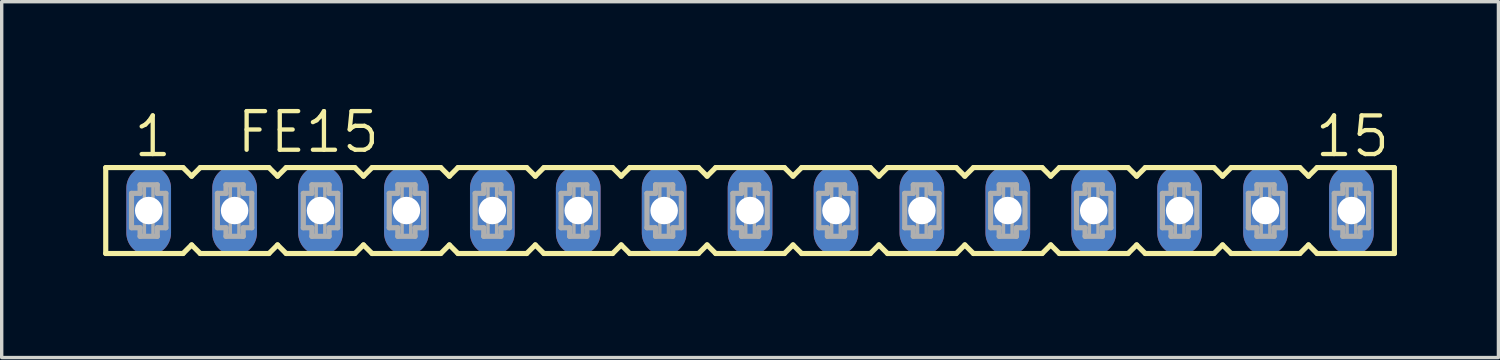
<source format=kicad_pcb>
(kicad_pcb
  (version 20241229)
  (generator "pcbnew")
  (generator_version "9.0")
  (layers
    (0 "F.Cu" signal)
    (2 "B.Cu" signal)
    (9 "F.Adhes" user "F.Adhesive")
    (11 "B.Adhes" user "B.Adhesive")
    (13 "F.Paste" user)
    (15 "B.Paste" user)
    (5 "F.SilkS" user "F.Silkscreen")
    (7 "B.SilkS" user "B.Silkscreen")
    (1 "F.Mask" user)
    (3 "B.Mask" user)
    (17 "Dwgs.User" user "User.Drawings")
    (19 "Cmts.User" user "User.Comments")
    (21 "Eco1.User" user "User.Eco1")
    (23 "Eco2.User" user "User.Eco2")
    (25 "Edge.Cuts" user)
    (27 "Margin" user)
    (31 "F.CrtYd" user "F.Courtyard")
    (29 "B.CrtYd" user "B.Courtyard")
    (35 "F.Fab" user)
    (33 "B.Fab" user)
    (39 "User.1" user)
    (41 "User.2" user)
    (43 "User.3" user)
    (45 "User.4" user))
  (footprint "FE15"
    (layer "F.Cu")
    (at 19.126 3.175)
    (property "Reference" "FE15" (at -15.24 -1.651 0) (layer "F.SilkS") (effects (font (size 1.143 1.143) (thickness 0.127)) (justify left bottom)))
    (fp_line (start -19.05 -1.27) (end -19.05 1.27) (stroke (width 0.152) (type solid)) (layer "F.SilkS"))
    (fp_line (start -19.05 1.27) (end -16.764 1.27) (stroke (width 0.152) (type solid)) (layer "F.SilkS"))
    (fp_line (start -16.764 -1.27) (end -19.05 -1.27) (stroke (width 0.152) (type solid)) (layer "F.SilkS"))
    (fp_line (start -16.764 1.27) (end -16.51 1.016) (stroke (width 0.152) (type solid)) (layer "F.SilkS"))
    (fp_line (start -16.51 -1.016) (end -16.764 -1.27) (stroke (width 0.152) (type solid)) (layer "F.SilkS"))
    (fp_line (start -16.51 1.016) (end -16.256 1.27) (stroke (width 0.152) (type solid)) (layer "F.SilkS"))
    (fp_line (start -16.256 -1.27) (end -16.51 -1.016) (stroke (width 0.152) (type solid)) (layer "F.SilkS"))
    (fp_line (start -16.256 1.27) (end -14.224 1.27) (stroke (width 0.152) (type solid)) (layer "F.SilkS"))
    (fp_line (start -14.224 -1.27) (end -16.256 -1.27) (stroke (width 0.152) (type solid)) (layer "F.SilkS"))
    (fp_line (start -14.224 1.27) (end -13.97 1.016) (stroke (width 0.152) (type solid)) (layer "F.SilkS"))
    (fp_line (start -13.97 -1.016) (end -14.224 -1.27) (stroke (width 0.152) (type solid)) (layer "F.SilkS"))
    (fp_line (start -13.97 1.016) (end -13.716 1.27) (stroke (width 0.152) (type solid)) (layer "F.SilkS"))
    (fp_line (start -13.716 -1.27) (end -13.97 -1.016) (stroke (width 0.152) (type solid)) (layer "F.SilkS"))
    (fp_line (start -13.716 1.27) (end -11.684 1.27) (stroke (width 0.152) (type solid)) (layer "F.SilkS"))
    (fp_line (start -11.684 -1.27) (end -13.716 -1.27) (stroke (width 0.152) (type solid)) (layer "F.SilkS"))
    (fp_line (start -11.684 1.27) (end -11.43 1.016) (stroke (width 0.152) (type solid)) (layer "F.SilkS"))
    (fp_line (start -11.43 -1.016) (end -11.684 -1.27) (stroke (width 0.152) (type solid)) (layer "F.SilkS"))
    (fp_line (start -11.43 1.016) (end -11.176 1.27) (stroke (width 0.152) (type solid)) (layer "F.SilkS"))
    (fp_line (start -11.176 -1.27) (end -11.43 -1.016) (stroke (width 0.152) (type solid)) (layer "F.SilkS"))
    (fp_line (start -11.176 1.27) (end -9.144 1.27) (stroke (width 0.152) (type solid)) (layer "F.SilkS"))
    (fp_line (start -9.144 -1.27) (end -11.176 -1.27) (stroke (width 0.152) (type solid)) (layer "F.SilkS"))
    (fp_line (start -9.144 1.27) (end -8.89 1.016) (stroke (width 0.152) (type solid)) (layer "F.SilkS"))
    (fp_line (start -8.89 -1.016) (end -9.144 -1.27) (stroke (width 0.152) (type solid)) (layer "F.SilkS"))
    (fp_line (start -8.89 1.016) (end -8.636 1.27) (stroke (width 0.152) (type solid)) (layer "F.SilkS"))
    (fp_line (start -8.636 -1.27) (end -8.89 -1.016) (stroke (width 0.152) (type solid)) (layer "F.SilkS"))
    (fp_line (start -8.636 1.27) (end -6.604 1.27) (stroke (width 0.152) (type solid)) (layer "F.SilkS"))
    (fp_line (start -6.604 -1.27) (end -8.636 -1.27) (stroke (width 0.152) (type solid)) (layer "F.SilkS"))
    (fp_line (start -6.604 1.27) (end -6.35 1.016) (stroke (width 0.152) (type solid)) (layer "F.SilkS"))
    (fp_line (start -6.35 -1.016) (end -6.604 -1.27) (stroke (width 0.152) (type solid)) (layer "F.SilkS"))
    (fp_line (start -6.35 1.016) (end -6.096 1.27) (stroke (width 0.152) (type solid)) (layer "F.SilkS"))
    (fp_line (start -6.096 -1.27) (end -6.35 -1.016) (stroke (width 0.152) (type solid)) (layer "F.SilkS"))
    (fp_line (start -6.096 1.27) (end -4.064 1.27) (stroke (width 0.152) (type solid)) (layer "F.SilkS"))
    (fp_line (start -4.064 -1.27) (end -6.096 -1.27) (stroke (width 0.152) (type solid)) (layer "F.SilkS"))
    (fp_line (start -4.064 1.27) (end -3.81 1.016) (stroke (width 0.152) (type solid)) (layer "F.SilkS"))
    (fp_line (start -3.81 -1.016) (end -4.064 -1.27) (stroke (width 0.152) (type solid)) (layer "F.SilkS"))
    (fp_line (start -3.81 1.016) (end -3.556 1.27) (stroke (width 0.152) (type solid)) (layer "F.SilkS"))
    (fp_line (start -3.556 -1.27) (end -3.81 -1.016) (stroke (width 0.152) (type solid)) (layer "F.SilkS"))
    (fp_line (start -3.556 1.27) (end -1.524 1.27) (stroke (width 0.152) (type solid)) (layer "F.SilkS"))
    (fp_line (start -1.524 -1.27) (end -3.556 -1.27) (stroke (width 0.152) (type solid)) (layer "F.SilkS"))
    (fp_line (start -1.524 1.27) (end -1.27 1.016) (stroke (width 0.152) (type solid)) (layer "F.SilkS"))
    (fp_line (start -1.27 -1.016) (end -1.524 -1.27) (stroke (width 0.152) (type solid)) (layer "F.SilkS"))
    (fp_line (start -1.27 1.016) (end -1.016 1.27) (stroke (width 0.152) (type solid)) (layer "F.SilkS"))
    (fp_line (start -1.016 -1.27) (end -1.27 -1.016) (stroke (width 0.152) (type solid)) (layer "F.SilkS"))
    (fp_line (start -1.016 1.27) (end 1.016 1.27) (stroke (width 0.152) (type solid)) (layer "F.SilkS"))
    (fp_line (start 1.016 -1.27) (end -1.016 -1.27) (stroke (width 0.152) (type solid)) (layer "F.SilkS"))
    (fp_line (start 1.016 1.27) (end 1.27 1.016) (stroke (width 0.152) (type solid)) (layer "F.SilkS"))
    (fp_line (start 1.27 -1.016) (end 1.016 -1.27) (stroke (width 0.152) (type solid)) (layer "F.SilkS"))
    (fp_line (start 1.27 1.016) (end 1.524 1.27) (stroke (width 0.152) (type solid)) (layer "F.SilkS"))
    (fp_line (start 1.524 -1.27) (end 1.27 -1.016) (stroke (width 0.152) (type solid)) (layer "F.SilkS"))
    (fp_line (start 1.524 1.27) (end 3.556 1.27) (stroke (width 0.152) (type solid)) (layer "F.SilkS"))
    (fp_line (start 3.556 -1.27) (end 1.524 -1.27) (stroke (width 0.152) (type solid)) (layer "F.SilkS"))
    (fp_line (start 3.556 1.27) (end 3.81 1.016) (stroke (width 0.152) (type solid)) (layer "F.SilkS"))
    (fp_line (start 3.81 -1.016) (end 3.556 -1.27) (stroke (width 0.152) (type solid)) (layer "F.SilkS"))
    (fp_line (start 3.81 1.016) (end 4.064 1.27) (stroke (width 0.152) (type solid)) (layer "F.SilkS"))
    (fp_line (start 4.064 -1.27) (end 3.81 -1.016) (stroke (width 0.152) (type solid)) (layer "F.SilkS"))
    (fp_line (start 4.064 1.27) (end 6.096 1.27) (stroke (width 0.152) (type solid)) (layer "F.SilkS"))
    (fp_line (start 6.096 -1.27) (end 4.064 -1.27) (stroke (width 0.152) (type solid)) (layer "F.SilkS"))
    (fp_line (start 6.096 1.27) (end 6.35 1.016) (stroke (width 0.152) (type solid)) (layer "F.SilkS"))
    (fp_line (start 6.35 -1.016) (end 6.096 -1.27) (stroke (width 0.152) (type solid)) (layer "F.SilkS"))
    (fp_line (start 6.35 1.016) (end 6.604 1.27) (stroke (width 0.152) (type solid)) (layer "F.SilkS"))
    (fp_line (start 6.604 -1.27) (end 6.35 -1.016) (stroke (width 0.152) (type solid)) (layer "F.SilkS"))
    (fp_line (start 6.604 1.27) (end 8.636 1.27) (stroke (width 0.152) (type solid)) (layer "F.SilkS"))
    (fp_line (start 8.636 -1.27) (end 6.604 -1.27) (stroke (width 0.152) (type solid)) (layer "F.SilkS"))
    (fp_line (start 8.636 1.27) (end 8.89 1.016) (stroke (width 0.152) (type solid)) (layer "F.SilkS"))
    (fp_line (start 8.89 -1.016) (end 8.636 -1.27) (stroke (width 0.152) (type solid)) (layer "F.SilkS"))
    (fp_line (start 8.89 1.016) (end 9.144 1.27) (stroke (width 0.152) (type solid)) (layer "F.SilkS"))
    (fp_line (start 9.144 -1.27) (end 8.89 -1.016) (stroke (width 0.152) (type solid)) (layer "F.SilkS"))
    (fp_line (start 9.144 1.27) (end 11.176 1.27) (stroke (width 0.152) (type solid)) (layer "F.SilkS"))
    (fp_line (start 11.176 -1.27) (end 9.144 -1.27) (stroke (width 0.152) (type solid)) (layer "F.SilkS"))
    (fp_line (start 11.176 1.27) (end 11.43 1.016) (stroke (width 0.152) (type solid)) (layer "F.SilkS"))
    (fp_line (start 11.43 -1.016) (end 11.176 -1.27) (stroke (width 0.152) (type solid)) (layer "F.SilkS"))
    (fp_line (start 11.43 1.016) (end 11.684 1.27) (stroke (width 0.152) (type solid)) (layer "F.SilkS"))
    (fp_line (start 11.684 -1.27) (end 11.43 -1.016) (stroke (width 0.152) (type solid)) (layer "F.SilkS"))
    (fp_line (start 11.684 1.27) (end 13.716 1.27) (stroke (width 0.152) (type solid)) (layer "F.SilkS"))
    (fp_line (start 13.716 -1.27) (end 11.684 -1.27) (stroke (width 0.152) (type solid)) (layer "F.SilkS"))
    (fp_line (start 13.716 1.27) (end 13.97 1.016) (stroke (width 0.152) (type solid)) (layer "F.SilkS"))
    (fp_line (start 13.97 -1.016) (end 13.716 -1.27) (stroke (width 0.152) (type solid)) (layer "F.SilkS"))
    (fp_line (start 13.97 1.016) (end 14.224 1.27) (stroke (width 0.152) (type solid)) (layer "F.SilkS"))
    (fp_line (start 14.224 -1.27) (end 13.97 -1.016) (stroke (width 0.152) (type solid)) (layer "F.SilkS"))
    (fp_line (start 14.224 1.27) (end 16.256 1.27) (stroke (width 0.152) (type solid)) (layer "F.SilkS"))
    (fp_line (start 16.256 -1.27) (end 14.224 -1.27) (stroke (width 0.152) (type solid)) (layer "F.SilkS"))
    (fp_line (start 16.256 1.27) (end 16.51 1.016) (stroke (width 0.152) (type solid)) (layer "F.SilkS"))
    (fp_line (start 16.51 -1.016) (end 16.256 -1.27) (stroke (width 0.152) (type solid)) (layer "F.SilkS"))
    (fp_line (start 16.51 1.016) (end 16.764 1.27) (stroke (width 0.152) (type solid)) (layer "F.SilkS"))
    (fp_line (start 16.764 -1.27) (end 16.51 -1.016) (stroke (width 0.152) (type solid)) (layer "F.SilkS"))
    (fp_line (start 16.764 1.27) (end 19.05 1.27) (stroke (width 0.152) (type solid)) (layer "F.SilkS"))
    (fp_line (start 19.05 -1.27) (end 16.764 -1.27) (stroke (width 0.152) (type solid)) (layer "F.SilkS"))
    (fp_line (start 19.05 1.27) (end 19.05 -1.27) (stroke (width 0.152) (type solid)) (layer "F.SilkS"))
    (fp_line (start -18.288 -0.508) (end -18.288 0.508) (stroke (width 0.152) (type solid)) (layer "F.Fab"))
    (fp_line (start -18.288 0.508) (end -18.034 0.508) (stroke (width 0.152) (type solid)) (layer "F.Fab"))
    (fp_line (start -18.034 -0.762) (end -18.034 -0.508) (stroke (width 0.152) (type solid)) (layer "F.Fab"))
    (fp_line (start -18.034 -0.508) (end -18.288 -0.508) (stroke (width 0.152) (type solid)) (layer "F.Fab"))
    (fp_line (start -18.034 0.508) (end -18.034 0.762) (stroke (width 0.152) (type solid)) (layer "F.Fab"))
    (fp_line (start -18.034 0.762) (end -17.526 0.762) (stroke (width 0.152) (type solid)) (layer "F.Fab"))
    (fp_line (start -17.526 -0.762) (end -18.034 -0.762) (stroke (width 0.152) (type solid)) (layer "F.Fab"))
    (fp_line (start -17.526 -0.508) (end -17.526 -0.762) (stroke (width 0.152) (type solid)) (layer "F.Fab"))
    (fp_line (start -17.526 0.508) (end -17.272 0.508) (stroke (width 0.152) (type solid)) (layer "F.Fab"))
    (fp_line (start -17.526 0.762) (end -17.526 0.508) (stroke (width 0.152) (type solid)) (layer "F.Fab"))
    (fp_line (start -17.272 -0.508) (end -17.526 -0.508) (stroke (width 0.152) (type solid)) (layer "F.Fab"))
    (fp_line (start -17.272 0.508) (end -17.272 -0.508) (stroke (width 0.152) (type solid)) (layer "F.Fab"))
    (fp_line (start -15.748 -0.508) (end -15.748 0.508) (stroke (width 0.152) (type solid)) (layer "F.Fab"))
    (fp_line (start -15.748 0.508) (end -15.494 0.508) (stroke (width 0.152) (type solid)) (layer "F.Fab"))
    (fp_line (start -15.494 -0.762) (end -15.494 -0.508) (stroke (width 0.152) (type solid)) (layer "F.Fab"))
    (fp_line (start -15.494 -0.508) (end -15.748 -0.508) (stroke (width 0.152) (type solid)) (layer "F.Fab"))
    (fp_line (start -15.494 0.508) (end -15.494 0.762) (stroke (width 0.152) (type solid)) (layer "F.Fab"))
    (fp_line (start -15.494 0.762) (end -14.986 0.762) (stroke (width 0.152) (type solid)) (layer "F.Fab"))
    (fp_line (start -14.986 -0.762) (end -15.494 -0.762) (stroke (width 0.152) (type solid)) (layer "F.Fab"))
    (fp_line (start -14.986 -0.508) (end -14.986 -0.762) (stroke (width 0.152) (type solid)) (layer "F.Fab"))
    (fp_line (start -14.986 0.508) (end -14.732 0.508) (stroke (width 0.152) (type solid)) (layer "F.Fab"))
    (fp_line (start -14.986 0.762) (end -14.986 0.508) (stroke (width 0.152) (type solid)) (layer "F.Fab"))
    (fp_line (start -14.732 -0.508) (end -14.986 -0.508) (stroke (width 0.152) (type solid)) (layer "F.Fab"))
    (fp_line (start -14.732 0.508) (end -14.732 -0.508) (stroke (width 0.152) (type solid)) (layer "F.Fab"))
    (fp_line (start -13.208 -0.508) (end -13.208 0.508) (stroke (width 0.152) (type solid)) (layer "F.Fab"))
    (fp_line (start -13.208 0.508) (end -12.954 0.508) (stroke (width 0.152) (type solid)) (layer "F.Fab"))
    (fp_line (start -12.954 -0.762) (end -12.954 -0.508) (stroke (width 0.152) (type solid)) (layer "F.Fab"))
    (fp_line (start -12.954 -0.508) (end -13.208 -0.508) (stroke (width 0.152) (type solid)) (layer "F.Fab"))
    (fp_line (start -12.954 0.508) (end -12.954 0.762) (stroke (width 0.152) (type solid)) (layer "F.Fab"))
    (fp_line (start -12.954 0.762) (end -12.446 0.762) (stroke (width 0.152) (type solid)) (layer "F.Fab"))
    (fp_line (start -12.446 -0.762) (end -12.954 -0.762) (stroke (width 0.152) (type solid)) (layer "F.Fab"))
    (fp_line (start -12.446 -0.508) (end -12.446 -0.762) (stroke (width 0.152) (type solid)) (layer "F.Fab"))
    (fp_line (start -12.446 0.508) (end -12.192 0.508) (stroke (width 0.152) (type solid)) (layer "F.Fab"))
    (fp_line (start -12.446 0.762) (end -12.446 0.508) (stroke (width 0.152) (type solid)) (layer "F.Fab"))
    (fp_line (start -12.192 -0.508) (end -12.446 -0.508) (stroke (width 0.152) (type solid)) (layer "F.Fab"))
    (fp_line (start -12.192 0.508) (end -12.192 -0.508) (stroke (width 0.152) (type solid)) (layer "F.Fab"))
    (fp_line (start -10.668 -0.508) (end -10.668 0.508) (stroke (width 0.152) (type solid)) (layer "F.Fab"))
    (fp_line (start -10.668 0.508) (end -10.414 0.508) (stroke (width 0.152) (type solid)) (layer "F.Fab"))
    (fp_line (start -10.414 -0.762) (end -10.414 -0.508) (stroke (width 0.152) (type solid)) (layer "F.Fab"))
    (fp_line (start -10.414 -0.508) (end -10.668 -0.508) (stroke (width 0.152) (type solid)) (layer "F.Fab"))
    (fp_line (start -10.414 0.508) (end -10.414 0.762) (stroke (width 0.152) (type solid)) (layer "F.Fab"))
    (fp_line (start -10.414 0.762) (end -9.906 0.762) (stroke (width 0.152) (type solid)) (layer "F.Fab"))
    (fp_line (start -9.906 -0.762) (end -10.414 -0.762) (stroke (width 0.152) (type solid)) (layer "F.Fab"))
    (fp_line (start -9.906 -0.508) (end -9.906 -0.762) (stroke (width 0.152) (type solid)) (layer "F.Fab"))
    (fp_line (start -9.906 0.508) (end -9.652 0.508) (stroke (width 0.152) (type solid)) (layer "F.Fab"))
    (fp_line (start -9.906 0.762) (end -9.906 0.508) (stroke (width 0.152) (type solid)) (layer "F.Fab"))
    (fp_line (start -9.652 -0.508) (end -9.906 -0.508) (stroke (width 0.152) (type solid)) (layer "F.Fab"))
    (fp_line (start -9.652 0.508) (end -9.652 -0.508) (stroke (width 0.152) (type solid)) (layer "F.Fab"))
    (fp_line (start -8.128 -0.508) (end -8.128 0.508) (stroke (width 0.152) (type solid)) (layer "F.Fab"))
    (fp_line (start -8.128 0.508) (end -7.874 0.508) (stroke (width 0.152) (type solid)) (layer "F.Fab"))
    (fp_line (start -7.874 -0.762) (end -7.874 -0.508) (stroke (width 0.152) (type solid)) (layer "F.Fab"))
    (fp_line (start -7.874 -0.508) (end -8.128 -0.508) (stroke (width 0.152) (type solid)) (layer "F.Fab"))
    (fp_line (start -7.874 0.508) (end -7.874 0.762) (stroke (width 0.152) (type solid)) (layer "F.Fab"))
    (fp_line (start -7.874 0.762) (end -7.366 0.762) (stroke (width 0.152) (type solid)) (layer "F.Fab"))
    (fp_line (start -7.366 -0.762) (end -7.874 -0.762) (stroke (width 0.152) (type solid)) (layer "F.Fab"))
    (fp_line (start -7.366 -0.508) (end -7.366 -0.762) (stroke (width 0.152) (type solid)) (layer "F.Fab"))
    (fp_line (start -7.366 0.508) (end -7.112 0.508) (stroke (width 0.152) (type solid)) (layer "F.Fab"))
    (fp_line (start -7.366 0.762) (end -7.366 0.508) (stroke (width 0.152) (type solid)) (layer "F.Fab"))
    (fp_line (start -7.112 -0.508) (end -7.366 -0.508) (stroke (width 0.152) (type solid)) (layer "F.Fab"))
    (fp_line (start -7.112 0.508) (end -7.112 -0.508) (stroke (width 0.152) (type solid)) (layer "F.Fab"))
    (fp_line (start -5.588 -0.508) (end -5.588 0.508) (stroke (width 0.152) (type solid)) (layer "F.Fab"))
    (fp_line (start -5.588 0.508) (end -5.334 0.508) (stroke (width 0.152) (type solid)) (layer "F.Fab"))
    (fp_line (start -5.334 -0.762) (end -5.334 -0.508) (stroke (width 0.152) (type solid)) (layer "F.Fab"))
    (fp_line (start -5.334 -0.508) (end -5.588 -0.508) (stroke (width 0.152) (type solid)) (layer "F.Fab"))
    (fp_line (start -5.334 0.508) (end -5.334 0.762) (stroke (width 0.152) (type solid)) (layer "F.Fab"))
    (fp_line (start -5.334 0.762) (end -4.826 0.762) (stroke (width 0.152) (type solid)) (layer "F.Fab"))
    (fp_line (start -4.826 -0.762) (end -5.334 -0.762) (stroke (width 0.152) (type solid)) (layer "F.Fab"))
    (fp_line (start -4.826 -0.508) (end -4.826 -0.762) (stroke (width 0.152) (type solid)) (layer "F.Fab"))
    (fp_line (start -4.826 0.508) (end -4.572 0.508) (stroke (width 0.152) (type solid)) (layer "F.Fab"))
    (fp_line (start -4.826 0.762) (end -4.826 0.508) (stroke (width 0.152) (type solid)) (layer "F.Fab"))
    (fp_line (start -4.572 -0.508) (end -4.826 -0.508) (stroke (width 0.152) (type solid)) (layer "F.Fab"))
    (fp_line (start -4.572 0.508) (end -4.572 -0.508) (stroke (width 0.152) (type solid)) (layer "F.Fab"))
    (fp_line (start -3.048 -0.508) (end -3.048 0.508) (stroke (width 0.152) (type solid)) (layer "F.Fab"))
    (fp_line (start -3.048 0.508) (end -2.794 0.508) (stroke (width 0.152) (type solid)) (layer "F.Fab"))
    (fp_line (start -2.794 -0.762) (end -2.794 -0.508) (stroke (width 0.152) (type solid)) (layer "F.Fab"))
    (fp_line (start -2.794 -0.508) (end -3.048 -0.508) (stroke (width 0.152) (type solid)) (layer "F.Fab"))
    (fp_line (start -2.794 0.508) (end -2.794 0.762) (stroke (width 0.152) (type solid)) (layer "F.Fab"))
    (fp_line (start -2.794 0.762) (end -2.286 0.762) (stroke (width 0.152) (type solid)) (layer "F.Fab"))
    (fp_line (start -2.286 -0.762) (end -2.794 -0.762) (stroke (width 0.152) (type solid)) (layer "F.Fab"))
    (fp_line (start -2.286 -0.508) (end -2.286 -0.762) (stroke (width 0.152) (type solid)) (layer "F.Fab"))
    (fp_line (start -2.286 0.508) (end -2.032 0.508) (stroke (width 0.152) (type solid)) (layer "F.Fab"))
    (fp_line (start -2.286 0.762) (end -2.286 0.508) (stroke (width 0.152) (type solid)) (layer "F.Fab"))
    (fp_line (start -2.032 -0.508) (end -2.286 -0.508) (stroke (width 0.152) (type solid)) (layer "F.Fab"))
    (fp_line (start -2.032 0.508) (end -2.032 -0.508) (stroke (width 0.152) (type solid)) (layer "F.Fab"))
    (fp_line (start -0.508 -0.508) (end -0.508 0.508) (stroke (width 0.152) (type solid)) (layer "F.Fab"))
    (fp_line (start -0.508 0.508) (end -0.254 0.508) (stroke (width 0.152) (type solid)) (layer "F.Fab"))
    (fp_line (start -0.254 -0.762) (end -0.254 -0.508) (stroke (width 0.152) (type solid)) (layer "F.Fab"))
    (fp_line (start -0.254 -0.508) (end -0.508 -0.508) (stroke (width 0.152) (type solid)) (layer "F.Fab"))
    (fp_line (start -0.254 0.508) (end -0.254 0.762) (stroke (width 0.152) (type solid)) (layer "F.Fab"))
    (fp_line (start -0.254 0.762) (end 0.254 0.762) (stroke (width 0.152) (type solid)) (layer "F.Fab"))
    (fp_line (start 0.254 -0.762) (end -0.254 -0.762) (stroke (width 0.152) (type solid)) (layer "F.Fab"))
    (fp_line (start 0.254 -0.508) (end 0.254 -0.762) (stroke (width 0.152) (type solid)) (layer "F.Fab"))
    (fp_line (start 0.254 0.508) (end 0.508 0.508) (stroke (width 0.152) (type solid)) (layer "F.Fab"))
    (fp_line (start 0.254 0.762) (end 0.254 0.508) (stroke (width 0.152) (type solid)) (layer "F.Fab"))
    (fp_line (start 0.508 -0.508) (end 0.254 -0.508) (stroke (width 0.152) (type solid)) (layer "F.Fab"))
    (fp_line (start 0.508 0.508) (end 0.508 -0.508) (stroke (width 0.152) (type solid)) (layer "F.Fab"))
    (fp_line (start 2.032 -0.508) (end 2.032 0.508) (stroke (width 0.152) (type solid)) (layer "F.Fab"))
    (fp_line (start 2.032 0.508) (end 2.286 0.508) (stroke (width 0.152) (type solid)) (layer "F.Fab"))
    (fp_line (start 2.286 -0.762) (end 2.286 -0.508) (stroke (width 0.152) (type solid)) (layer "F.Fab"))
    (fp_line (start 2.286 -0.508) (end 2.032 -0.508) (stroke (width 0.152) (type solid)) (layer "F.Fab"))
    (fp_line (start 2.286 0.508) (end 2.286 0.762) (stroke (width 0.152) (type solid)) (layer "F.Fab"))
    (fp_line (start 2.286 0.762) (end 2.794 0.762) (stroke (width 0.152) (type solid)) (layer "F.Fab"))
    (fp_line (start 2.794 -0.762) (end 2.286 -0.762) (stroke (width 0.152) (type solid)) (layer "F.Fab"))
    (fp_line (start 2.794 -0.508) (end 2.794 -0.762) (stroke (width 0.152) (type solid)) (layer "F.Fab"))
    (fp_line (start 2.794 0.508) (end 3.048 0.508) (stroke (width 0.152) (type solid)) (layer "F.Fab"))
    (fp_line (start 2.794 0.762) (end 2.794 0.508) (stroke (width 0.152) (type solid)) (layer "F.Fab"))
    (fp_line (start 3.048 -0.508) (end 2.794 -0.508) (stroke (width 0.152) (type solid)) (layer "F.Fab"))
    (fp_line (start 3.048 0.508) (end 3.048 -0.508) (stroke (width 0.152) (type solid)) (layer "F.Fab"))
    (fp_line (start 4.572 -0.508) (end 4.572 0.508) (stroke (width 0.152) (type solid)) (layer "F.Fab"))
    (fp_line (start 4.572 0.508) (end 4.826 0.508) (stroke (width 0.152) (type solid)) (layer "F.Fab"))
    (fp_line (start 4.826 -0.762) (end 4.826 -0.508) (stroke (width 0.152) (type solid)) (layer "F.Fab"))
    (fp_line (start 4.826 -0.508) (end 4.572 -0.508) (stroke (width 0.152) (type solid)) (layer "F.Fab"))
    (fp_line (start 4.826 0.508) (end 4.826 0.762) (stroke (width 0.152) (type solid)) (layer "F.Fab"))
    (fp_line (start 4.826 0.762) (end 5.334 0.762) (stroke (width 0.152) (type solid)) (layer "F.Fab"))
    (fp_line (start 5.334 -0.762) (end 4.826 -0.762) (stroke (width 0.152) (type solid)) (layer "F.Fab"))
    (fp_line (start 5.334 -0.508) (end 5.334 -0.762) (stroke (width 0.152) (type solid)) (layer "F.Fab"))
    (fp_line (start 5.334 0.508) (end 5.588 0.508) (stroke (width 0.152) (type solid)) (layer "F.Fab"))
    (fp_line (start 5.334 0.762) (end 5.334 0.508) (stroke (width 0.152) (type solid)) (layer "F.Fab"))
    (fp_line (start 5.588 -0.508) (end 5.334 -0.508) (stroke (width 0.152) (type solid)) (layer "F.Fab"))
    (fp_line (start 5.588 0.508) (end 5.588 -0.508) (stroke (width 0.152) (type solid)) (layer "F.Fab"))
    (fp_line (start 7.112 -0.508) (end 7.112 0.508) (stroke (width 0.152) (type solid)) (layer "F.Fab"))
    (fp_line (start 7.112 0.508) (end 7.366 0.508) (stroke (width 0.152) (type solid)) (layer "F.Fab"))
    (fp_line (start 7.366 -0.762) (end 7.366 -0.508) (stroke (width 0.152) (type solid)) (layer "F.Fab"))
    (fp_line (start 7.366 -0.508) (end 7.112 -0.508) (stroke (width 0.152) (type solid)) (layer "F.Fab"))
    (fp_line (start 7.366 0.508) (end 7.366 0.762) (stroke (width 0.152) (type solid)) (layer "F.Fab"))
    (fp_line (start 7.366 0.762) (end 7.874 0.762) (stroke (width 0.152) (type solid)) (layer "F.Fab"))
    (fp_line (start 7.874 -0.762) (end 7.366 -0.762) (stroke (width 0.152) (type solid)) (layer "F.Fab"))
    (fp_line (start 7.874 -0.508) (end 7.874 -0.762) (stroke (width 0.152) (type solid)) (layer "F.Fab"))
    (fp_line (start 7.874 0.508) (end 8.128 0.508) (stroke (width 0.152) (type solid)) (layer "F.Fab"))
    (fp_line (start 7.874 0.762) (end 7.874 0.508) (stroke (width 0.152) (type solid)) (layer "F.Fab"))
    (fp_line (start 8.128 -0.508) (end 7.874 -0.508) (stroke (width 0.152) (type solid)) (layer "F.Fab"))
    (fp_line (start 8.128 0.508) (end 8.128 -0.508) (stroke (width 0.152) (type solid)) (layer "F.Fab"))
    (fp_line (start 9.652 -0.508) (end 9.652 0.508) (stroke (width 0.152) (type solid)) (layer "F.Fab"))
    (fp_line (start 9.652 0.508) (end 9.906 0.508) (stroke (width 0.152) (type solid)) (layer "F.Fab"))
    (fp_line (start 9.906 -0.762) (end 9.906 -0.508) (stroke (width 0.152) (type solid)) (layer "F.Fab"))
    (fp_line (start 9.906 -0.508) (end 9.652 -0.508) (stroke (width 0.152) (type solid)) (layer "F.Fab"))
    (fp_line (start 9.906 0.508) (end 9.906 0.762) (stroke (width 0.152) (type solid)) (layer "F.Fab"))
    (fp_line (start 9.906 0.762) (end 10.414 0.762) (stroke (width 0.152) (type solid)) (layer "F.Fab"))
    (fp_line (start 10.414 -0.762) (end 9.906 -0.762) (stroke (width 0.152) (type solid)) (layer "F.Fab"))
    (fp_line (start 10.414 -0.508) (end 10.414 -0.762) (stroke (width 0.152) (type solid)) (layer "F.Fab"))
    (fp_line (start 10.414 0.508) (end 10.668 0.508) (stroke (width 0.152) (type solid)) (layer "F.Fab"))
    (fp_line (start 10.414 0.762) (end 10.414 0.508) (stroke (width 0.152) (type solid)) (layer "F.Fab"))
    (fp_line (start 10.668 -0.508) (end 10.414 -0.508) (stroke (width 0.152) (type solid)) (layer "F.Fab"))
    (fp_line (start 10.668 0.508) (end 10.668 -0.508) (stroke (width 0.152) (type solid)) (layer "F.Fab"))
    (fp_line (start 12.192 -0.508) (end 12.192 0.508) (stroke (width 0.152) (type solid)) (layer "F.Fab"))
    (fp_line (start 12.192 0.508) (end 12.446 0.508) (stroke (width 0.152) (type solid)) (layer "F.Fab"))
    (fp_line (start 12.446 -0.762) (end 12.446 -0.508) (stroke (width 0.152) (type solid)) (layer "F.Fab"))
    (fp_line (start 12.446 -0.508) (end 12.192 -0.508) (stroke (width 0.152) (type solid)) (layer "F.Fab"))
    (fp_line (start 12.446 0.508) (end 12.446 0.762) (stroke (width 0.152) (type solid)) (layer "F.Fab"))
    (fp_line (start 12.446 0.762) (end 12.954 0.762) (stroke (width 0.152) (type solid)) (layer "F.Fab"))
    (fp_line (start 12.954 -0.762) (end 12.446 -0.762) (stroke (width 0.152) (type solid)) (layer "F.Fab"))
    (fp_line (start 12.954 -0.508) (end 12.954 -0.762) (stroke (width 0.152) (type solid)) (layer "F.Fab"))
    (fp_line (start 12.954 0.508) (end 13.208 0.508) (stroke (width 0.152) (type solid)) (layer "F.Fab"))
    (fp_line (start 12.954 0.762) (end 12.954 0.508) (stroke (width 0.152) (type solid)) (layer "F.Fab"))
    (fp_line (start 13.208 -0.508) (end 12.954 -0.508) (stroke (width 0.152) (type solid)) (layer "F.Fab"))
    (fp_line (start 13.208 0.508) (end 13.208 -0.508) (stroke (width 0.152) (type solid)) (layer "F.Fab"))
    (fp_line (start 14.732 -0.508) (end 14.732 0.508) (stroke (width 0.152) (type solid)) (layer "F.Fab"))
    (fp_line (start 14.732 0.508) (end 14.986 0.508) (stroke (width 0.152) (type solid)) (layer "F.Fab"))
    (fp_line (start 14.986 -0.762) (end 14.986 -0.508) (stroke (width 0.152) (type solid)) (layer "F.Fab"))
    (fp_line (start 14.986 -0.508) (end 14.732 -0.508) (stroke (width 0.152) (type solid)) (layer "F.Fab"))
    (fp_line (start 14.986 0.508) (end 14.986 0.762) (stroke (width 0.152) (type solid)) (layer "F.Fab"))
    (fp_line (start 14.986 0.762) (end 15.494 0.762) (stroke (width 0.152) (type solid)) (layer "F.Fab"))
    (fp_line (start 15.494 -0.762) (end 14.986 -0.762) (stroke (width 0.152) (type solid)) (layer "F.Fab"))
    (fp_line (start 15.494 -0.508) (end 15.494 -0.762) (stroke (width 0.152) (type solid)) (layer "F.Fab"))
    (fp_line (start 15.494 0.508) (end 15.748 0.508) (stroke (width 0.152) (type solid)) (layer "F.Fab"))
    (fp_line (start 15.494 0.762) (end 15.494 0.508) (stroke (width 0.152) (type solid)) (layer "F.Fab"))
    (fp_line (start 15.748 -0.508) (end 15.494 -0.508) (stroke (width 0.152) (type solid)) (layer "F.Fab"))
    (fp_line (start 15.748 0.508) (end 15.748 -0.508) (stroke (width 0.152) (type solid)) (layer "F.Fab"))
    (fp_line (start 17.272 -0.508) (end 17.272 0.508) (stroke (width 0.152) (type solid)) (layer "F.Fab"))
    (fp_line (start 17.272 0.508) (end 17.526 0.508) (stroke (width 0.152) (type solid)) (layer "F.Fab"))
    (fp_line (start 17.526 -0.762) (end 17.526 -0.508) (stroke (width 0.152) (type solid)) (layer "F.Fab"))
    (fp_line (start 17.526 -0.508) (end 17.272 -0.508) (stroke (width 0.152) (type solid)) (layer "F.Fab"))
    (fp_line (start 17.526 0.508) (end 17.526 0.762) (stroke (width 0.152) (type solid)) (layer "F.Fab"))
    (fp_line (start 17.526 0.762) (end 18.034 0.762) (stroke (width 0.152) (type solid)) (layer "F.Fab"))
    (fp_line (start 18.034 -0.762) (end 17.526 -0.762) (stroke (width 0.152) (type solid)) (layer "F.Fab"))
    (fp_line (start 18.034 -0.508) (end 18.034 -0.762) (stroke (width 0.152) (type solid)) (layer "F.Fab"))
    (fp_line (start 18.034 0.508) (end 18.288 0.508) (stroke (width 0.152) (type solid)) (layer "F.Fab"))
    (fp_line (start 18.034 0.762) (end 18.034 0.508) (stroke (width 0.152) (type solid)) (layer "F.Fab"))
    (fp_line (start 18.288 -0.508) (end 18.034 -0.508) (stroke (width 0.152) (type solid)) (layer "F.Fab"))
    (fp_line (start 18.288 0.508) (end 18.288 -0.508) (stroke (width 0.152) (type solid)) (layer "F.Fab"))
    (fp_poly (pts (xy -17.907 -0.254) (xy -17.653 -0.254) (xy -17.653 -0.762) (xy -17.907 -0.762)) (stroke (width 0.1) (type default)) (fill no) (layer "F.Fab"))
    (fp_poly (pts (xy -17.907 0.762) (xy -17.653 0.762) (xy -17.653 0.254) (xy -17.907 0.254)) (stroke (width 0.1) (type default)) (fill no) (layer "F.Fab"))
    (fp_poly (pts (xy -15.367 -0.254) (xy -15.113 -0.254) (xy -15.113 -0.762) (xy -15.367 -0.762)) (stroke (width 0.1) (type default)) (fill no) (layer "F.Fab"))
    (fp_poly (pts (xy -15.367 0.762) (xy -15.113 0.762) (xy -15.113 0.254) (xy -15.367 0.254)) (stroke (width 0.1) (type default)) (fill no) (layer "F.Fab"))
    (fp_poly (pts (xy -12.827 -0.254) (xy -12.573 -0.254) (xy -12.573 -0.762) (xy -12.827 -0.762)) (stroke (width 0.1) (type default)) (fill no) (layer "F.Fab"))
    (fp_poly (pts (xy -12.827 0.762) (xy -12.573 0.762) (xy -12.573 0.254) (xy -12.827 0.254)) (stroke (width 0.1) (type default)) (fill no) (layer "F.Fab"))
    (fp_poly (pts (xy -10.287 -0.254) (xy -10.033 -0.254) (xy -10.033 -0.762) (xy -10.287 -0.762)) (stroke (width 0.1) (type default)) (fill no) (layer "F.Fab"))
    (fp_poly (pts (xy -10.287 0.762) (xy -10.033 0.762) (xy -10.033 0.254) (xy -10.287 0.254)) (stroke (width 0.1) (type default)) (fill no) (layer "F.Fab"))
    (fp_poly (pts (xy -7.747 -0.254) (xy -7.493 -0.254) (xy -7.493 -0.762) (xy -7.747 -0.762)) (stroke (width 0.1) (type default)) (fill no) (layer "F.Fab"))
    (fp_poly (pts (xy -7.747 0.762) (xy -7.493 0.762) (xy -7.493 0.254) (xy -7.747 0.254)) (stroke (width 0.1) (type default)) (fill no) (layer "F.Fab"))
    (fp_poly (pts (xy -5.207 -0.254) (xy -4.953 -0.254) (xy -4.953 -0.762) (xy -5.207 -0.762)) (stroke (width 0.1) (type default)) (fill no) (layer "F.Fab"))
    (fp_poly (pts (xy -5.207 0.762) (xy -4.953 0.762) (xy -4.953 0.254) (xy -5.207 0.254)) (stroke (width 0.1) (type default)) (fill no) (layer "F.Fab"))
    (fp_poly (pts (xy -2.667 -0.254) (xy -2.413 -0.254) (xy -2.413 -0.762) (xy -2.667 -0.762)) (stroke (width 0.1) (type default)) (fill no) (layer "F.Fab"))
    (fp_poly (pts (xy -2.667 0.762) (xy -2.413 0.762) (xy -2.413 0.254) (xy -2.667 0.254)) (stroke (width 0.1) (type default)) (fill no) (layer "F.Fab"))
    (fp_poly (pts (xy -0.127 -0.254) (xy 0.127 -0.254) (xy 0.127 -0.762) (xy -0.127 -0.762)) (stroke (width 0.1) (type default)) (fill no) (layer "F.Fab"))
    (fp_poly (pts (xy -0.127 0.762) (xy 0.127 0.762) (xy 0.127 0.254) (xy -0.127 0.254)) (stroke (width 0.1) (type default)) (fill no) (layer "F.Fab"))
    (fp_poly (pts (xy 2.413 -0.254) (xy 2.667 -0.254) (xy 2.667 -0.762) (xy 2.413 -0.762)) (stroke (width 0.1) (type default)) (fill no) (layer "F.Fab"))
    (fp_poly (pts (xy 2.413 0.762) (xy 2.667 0.762) (xy 2.667 0.254) (xy 2.413 0.254)) (stroke (width 0.1) (type default)) (fill no) (layer "F.Fab"))
    (fp_poly (pts (xy 4.953 -0.254) (xy 5.207 -0.254) (xy 5.207 -0.762) (xy 4.953 -0.762)) (stroke (width 0.1) (type default)) (fill no) (layer "F.Fab"))
    (fp_poly (pts (xy 4.953 0.762) (xy 5.207 0.762) (xy 5.207 0.254) (xy 4.953 0.254)) (stroke (width 0.1) (type default)) (fill no) (layer "F.Fab"))
    (fp_poly (pts (xy 7.493 -0.254) (xy 7.747 -0.254) (xy 7.747 -0.762) (xy 7.493 -0.762)) (stroke (width 0.1) (type default)) (fill no) (layer "F.Fab"))
    (fp_poly (pts (xy 7.493 0.762) (xy 7.747 0.762) (xy 7.747 0.254) (xy 7.493 0.254)) (stroke (width 0.1) (type default)) (fill no) (layer "F.Fab"))
    (fp_poly (pts (xy 10.033 -0.254) (xy 10.287 -0.254) (xy 10.287 -0.762) (xy 10.033 -0.762)) (stroke (width 0.1) (type default)) (fill no) (layer "F.Fab"))
    (fp_poly (pts (xy 10.033 0.762) (xy 10.287 0.762) (xy 10.287 0.254) (xy 10.033 0.254)) (stroke (width 0.1) (type default)) (fill no) (layer "F.Fab"))
    (fp_poly (pts (xy 12.573 -0.254) (xy 12.827 -0.254) (xy 12.827 -0.762) (xy 12.573 -0.762)) (stroke (width 0.1) (type default)) (fill no) (layer "F.Fab"))
    (fp_poly (pts (xy 12.573 0.762) (xy 12.827 0.762) (xy 12.827 0.254) (xy 12.573 0.254)) (stroke (width 0.1) (type default)) (fill no) (layer "F.Fab"))
    (fp_poly (pts (xy 15.113 -0.254) (xy 15.367 -0.254) (xy 15.367 -0.762) (xy 15.113 -0.762)) (stroke (width 0.1) (type default)) (fill no) (layer "F.Fab"))
    (fp_poly (pts (xy 15.113 0.762) (xy 15.367 0.762) (xy 15.367 0.254) (xy 15.113 0.254)) (stroke (width 0.1) (type default)) (fill no) (layer "F.Fab"))
    (fp_poly (pts (xy 17.653 -0.254) (xy 17.907 -0.254) (xy 17.907 -0.762) (xy 17.653 -0.762)) (stroke (width 0.1) (type default)) (fill no) (layer "F.Fab"))
    (fp_poly (pts (xy 17.653 0.762) (xy 17.907 0.762) (xy 17.907 0.254) (xy 17.653 0.254)) (stroke (width 0.1) (type default)) (fill no) (layer "F.Fab"))
    (fp_text user "1" (at -18.288 -1.524 0) (layer "F.SilkS") (effects (font (size 1.143 1.143) (thickness 0.127)) (justify left bottom)))
    (fp_text user "15" (at 16.637 -1.524 0) (layer "F.SilkS") (effects (font (size 1.143 1.143) (thickness 0.127)) (justify left bottom)))
    (pad "1" thru_hole oval (at -17.78 0 90) (size 2.642 1.321) (drill 0.813) (layers "*.Cu" "*.Mask"))
    (pad "2" thru_hole oval (at -15.24 0 90) (size 2.642 1.321) (drill 0.813) (layers "*.Cu" "*.Mask"))
    (pad "3" thru_hole oval (at -12.7 0 90) (size 2.642 1.321) (drill 0.813) (layers "*.Cu" "*.Mask"))
    (pad "4" thru_hole oval (at -10.16 0 90) (size 2.642 1.321) (drill 0.813) (layers "*.Cu" "*.Mask"))
    (pad "5" thru_hole oval (at -7.62 0 90) (size 2.642 1.321) (drill 0.813) (layers "*.Cu" "*.Mask"))
    (pad "6" thru_hole oval (at -5.08 0 90) (size 2.642 1.321) (drill 0.813) (layers "*.Cu" "*.Mask"))
    (pad "7" thru_hole oval (at -2.54 0 90) (size 2.642 1.321) (drill 0.813) (layers "*.Cu" "*.Mask"))
    (pad "8" thru_hole oval (at 0 0 90) (size 2.642 1.321) (drill 0.813) (layers "*.Cu" "*.Mask"))
    (pad "9" thru_hole oval (at 2.54 0 90) (size 2.642 1.321) (drill 0.813) (layers "*.Cu" "*.Mask"))
    (pad "10" thru_hole oval (at 5.08 0 90) (size 2.642 1.321) (drill 0.813) (layers "*.Cu" "*.Mask"))
    (pad "11" thru_hole oval (at 7.62 0 90) (size 2.642 1.321) (drill 0.813) (layers "*.Cu" "*.Mask"))
    (pad "12" thru_hole oval (at 10.16 0 90) (size 2.642 1.321) (drill 0.813) (layers "*.Cu" "*.Mask"))
    (pad "13" thru_hole oval (at 12.7 0 90) (size 2.642 1.321) (drill 0.813) (layers "*.Cu" "*.Mask"))
    (pad "14" thru_hole oval (at 15.24 0 90) (size 2.642 1.321) (drill 0.813) (layers "*.Cu" "*.Mask"))
    (pad "15" thru_hole oval (at 17.78 0 90) (size 2.642 1.321) (drill 0.813) (layers "*.Cu" "*.Mask")))
  (gr_rect
    (start -3 -3)
    (end 41.252 7.521)
    (stroke (width 0.1) (type default))
    (fill no)
    (layer "Edge.Cuts")))
</source>
